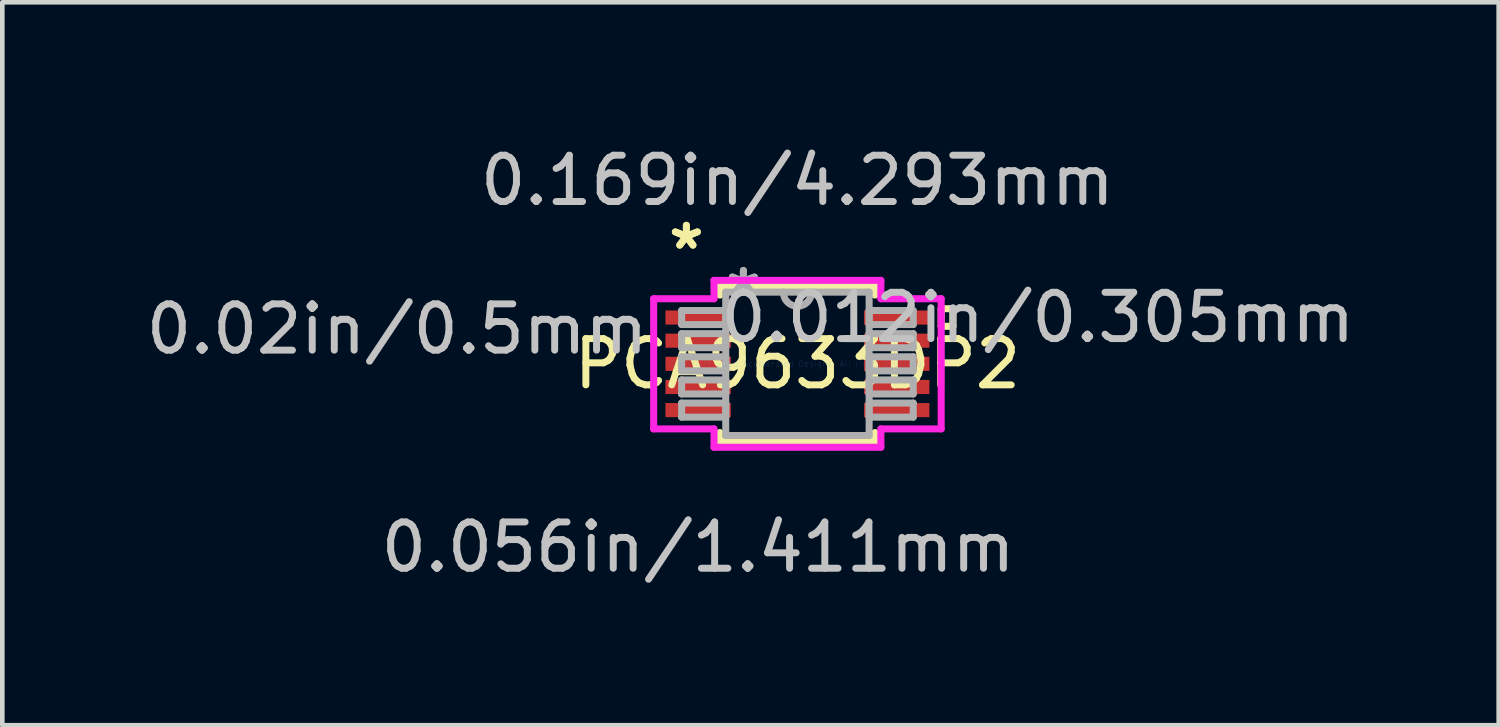
<source format=kicad_pcb>
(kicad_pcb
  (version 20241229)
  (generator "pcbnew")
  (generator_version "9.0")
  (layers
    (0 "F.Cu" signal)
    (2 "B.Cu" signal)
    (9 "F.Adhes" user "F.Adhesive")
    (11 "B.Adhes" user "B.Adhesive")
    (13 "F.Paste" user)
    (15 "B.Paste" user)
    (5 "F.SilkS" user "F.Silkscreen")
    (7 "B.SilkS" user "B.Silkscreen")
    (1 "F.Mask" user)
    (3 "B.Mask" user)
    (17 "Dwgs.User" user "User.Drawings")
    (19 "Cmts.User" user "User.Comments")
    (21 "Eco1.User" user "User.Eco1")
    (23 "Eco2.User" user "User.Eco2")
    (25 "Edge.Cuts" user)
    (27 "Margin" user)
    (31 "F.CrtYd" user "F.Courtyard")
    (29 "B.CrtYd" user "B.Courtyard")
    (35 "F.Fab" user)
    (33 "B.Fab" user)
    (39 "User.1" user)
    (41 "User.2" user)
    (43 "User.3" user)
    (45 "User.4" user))
  (footprint "PCA9633DP2"
    (layer "F.Cu")
    (at 14.18 4.811)
    (property "Reference" "PCA9633DP2" (at 0 0 0) (layer "F.SilkS") (effects (font (size 1 1) (thickness 0.15))))
    (attr through_hole)
    (fp_line (start -1.676 -1.676) (end -1.676 -1.485) (stroke (width 0.152) (type solid)) (layer "F.SilkS"))
    (fp_line (start -1.676 1.485) (end -1.676 1.676) (stroke (width 0.152) (type solid)) (layer "F.SilkS"))
    (fp_line (start -1.676 1.676) (end 1.676 1.676) (stroke (width 0.152) (type solid)) (layer "F.SilkS"))
    (fp_line (start 1.676 -1.676) (end -1.676 -1.676) (stroke (width 0.152) (type solid)) (layer "F.SilkS"))
    (fp_line (start 1.676 -1.485) (end 1.676 -1.676) (stroke (width 0.152) (type solid)) (layer "F.SilkS"))
    (fp_line (start 1.676 1.676) (end 1.676 1.485) (stroke (width 0.152) (type solid)) (layer "F.SilkS"))
    (fp_line (start 3.106 -1.191) (end 3.36 -1.191) (stroke (width 0.152) (type solid)) (layer "F.SilkS"))
    (fp_line (start 3.106 -0.81) (end 3.106 -1.191) (stroke (width 0.152) (type solid)) (layer "F.SilkS"))
    (fp_line (start 3.36 -1.191) (end 3.36 -0.81) (stroke (width 0.152) (type solid)) (layer "F.SilkS"))
    (fp_line (start 3.36 -0.81) (end 3.106 -0.81) (stroke (width 0.152) (type solid)) (layer "F.SilkS"))
    (fp_line (start -3.106 -1.406) (end -1.803 -1.406) (stroke (width 0.152) (type solid)) (layer "F.CrtYd"))
    (fp_line (start -3.106 1.406) (end -3.106 -1.406) (stroke (width 0.152) (type solid)) (layer "F.CrtYd"))
    (fp_line (start -1.803 -1.803) (end 1.803 -1.803) (stroke (width 0.152) (type solid)) (layer "F.CrtYd"))
    (fp_line (start -1.803 -1.406) (end -1.803 -1.803) (stroke (width 0.152) (type solid)) (layer "F.CrtYd"))
    (fp_line (start -1.803 1.406) (end -3.106 1.406) (stroke (width 0.152) (type solid)) (layer "F.CrtYd"))
    (fp_line (start -1.803 1.803) (end -1.803 1.406) (stroke (width 0.152) (type solid)) (layer "F.CrtYd"))
    (fp_line (start 1.803 -1.803) (end 1.803 -1.406) (stroke (width 0.152) (type solid)) (layer "F.CrtYd"))
    (fp_line (start 1.803 -1.406) (end 3.106 -1.406) (stroke (width 0.152) (type solid)) (layer "F.CrtYd"))
    (fp_line (start 1.803 1.406) (end 1.803 1.803) (stroke (width 0.152) (type solid)) (layer "F.CrtYd"))
    (fp_line (start 1.803 1.803) (end -1.803 1.803) (stroke (width 0.152) (type solid)) (layer "F.CrtYd"))
    (fp_line (start 3.106 -1.406) (end 3.106 1.406) (stroke (width 0.152) (type solid)) (layer "F.CrtYd"))
    (fp_line (start 3.106 1.406) (end 1.803 1.406) (stroke (width 0.152) (type solid)) (layer "F.CrtYd"))
    (fp_line (start -2.502 -1.152) (end -2.502 -0.848) (stroke (width 0.152) (type solid)) (layer "F.Fab"))
    (fp_line (start -2.502 -0.848) (end -1.549 -0.848) (stroke (width 0.152) (type solid)) (layer "F.Fab"))
    (fp_line (start -2.502 -0.652) (end -2.502 -0.348) (stroke (width 0.152) (type solid)) (layer "F.Fab"))
    (fp_line (start -2.502 -0.348) (end -1.549 -0.348) (stroke (width 0.152) (type solid)) (layer "F.Fab"))
    (fp_line (start -2.502 -0.152) (end -2.502 0.152) (stroke (width 0.152) (type solid)) (layer "F.Fab"))
    (fp_line (start -2.502 0.152) (end -1.549 0.152) (stroke (width 0.152) (type solid)) (layer "F.Fab"))
    (fp_line (start -2.502 0.348) (end -2.502 0.652) (stroke (width 0.152) (type solid)) (layer "F.Fab"))
    (fp_line (start -2.502 0.652) (end -1.549 0.652) (stroke (width 0.152) (type solid)) (layer "F.Fab"))
    (fp_line (start -2.502 0.848) (end -2.502 1.152) (stroke (width 0.152) (type solid)) (layer "F.Fab"))
    (fp_line (start -2.502 1.152) (end -1.549 1.152) (stroke (width 0.152) (type solid)) (layer "F.Fab"))
    (fp_line (start -1.549 -1.549) (end -1.549 1.549) (stroke (width 0.152) (type solid)) (layer "F.Fab"))
    (fp_line (start -1.549 -1.152) (end -2.502 -1.152) (stroke (width 0.152) (type solid)) (layer "F.Fab"))
    (fp_line (start -1.549 -0.848) (end -1.549 -1.152) (stroke (width 0.152) (type solid)) (layer "F.Fab"))
    (fp_line (start -1.549 -0.652) (end -2.502 -0.652) (stroke (width 0.152) (type solid)) (layer "F.Fab"))
    (fp_line (start -1.549 -0.348) (end -1.549 -0.652) (stroke (width 0.152) (type solid)) (layer "F.Fab"))
    (fp_line (start -1.549 -0.152) (end -2.502 -0.152) (stroke (width 0.152) (type solid)) (layer "F.Fab"))
    (fp_line (start -1.549 0.152) (end -1.549 -0.152) (stroke (width 0.152) (type solid)) (layer "F.Fab"))
    (fp_line (start -1.549 0.348) (end -2.502 0.348) (stroke (width 0.152) (type solid)) (layer "F.Fab"))
    (fp_line (start -1.549 0.652) (end -1.549 0.348) (stroke (width 0.152) (type solid)) (layer "F.Fab"))
    (fp_line (start -1.549 0.848) (end -2.502 0.848) (stroke (width 0.152) (type solid)) (layer "F.Fab"))
    (fp_line (start -1.549 1.152) (end -1.549 0.848) (stroke (width 0.152) (type solid)) (layer "F.Fab"))
    (fp_line (start -1.549 1.549) (end 1.549 1.549) (stroke (width 0.152) (type solid)) (layer "F.Fab"))
    (fp_line (start 1.549 -1.549) (end -1.549 -1.549) (stroke (width 0.152) (type solid)) (layer "F.Fab"))
    (fp_line (start 1.549 -1.152) (end 1.549 -0.848) (stroke (width 0.152) (type solid)) (layer "F.Fab"))
    (fp_line (start 1.549 -0.848) (end 2.502 -0.848) (stroke (width 0.152) (type solid)) (layer "F.Fab"))
    (fp_line (start 1.549 -0.652) (end 1.549 -0.348) (stroke (width 0.152) (type solid)) (layer "F.Fab"))
    (fp_line (start 1.549 -0.348) (end 2.502 -0.348) (stroke (width 0.152) (type solid)) (layer "F.Fab"))
    (fp_line (start 1.549 -0.152) (end 1.549 0.152) (stroke (width 0.152) (type solid)) (layer "F.Fab"))
    (fp_line (start 1.549 0.152) (end 2.502 0.152) (stroke (width 0.152) (type solid)) (layer "F.Fab"))
    (fp_line (start 1.549 0.348) (end 1.549 0.652) (stroke (width 0.152) (type solid)) (layer "F.Fab"))
    (fp_line (start 1.549 0.652) (end 2.502 0.652) (stroke (width 0.152) (type solid)) (layer "F.Fab"))
    (fp_line (start 1.549 0.848) (end 1.549 1.152) (stroke (width 0.152) (type solid)) (layer "F.Fab"))
    (fp_line (start 1.549 1.152) (end 2.502 1.152) (stroke (width 0.152) (type solid)) (layer "F.Fab"))
    (fp_line (start 1.549 1.549) (end 1.549 -1.549) (stroke (width 0.152) (type solid)) (layer "F.Fab"))
    (fp_line (start 2.502 -1.152) (end 1.549 -1.152) (stroke (width 0.152) (type solid)) (layer "F.Fab"))
    (fp_line (start 2.502 -0.848) (end 2.502 -1.152) (stroke (width 0.152) (type solid)) (layer "F.Fab"))
    (fp_line (start 2.502 -0.652) (end 1.549 -0.652) (stroke (width 0.152) (type solid)) (layer "F.Fab"))
    (fp_line (start 2.502 -0.348) (end 2.502 -0.652) (stroke (width 0.152) (type solid)) (layer "F.Fab"))
    (fp_line (start 2.502 -0.152) (end 1.549 -0.152) (stroke (width 0.152) (type solid)) (layer "F.Fab"))
    (fp_line (start 2.502 0.152) (end 2.502 -0.152) (stroke (width 0.152) (type solid)) (layer "F.Fab"))
    (fp_line (start 2.502 0.348) (end 1.549 0.348) (stroke (width 0.152) (type solid)) (layer "F.Fab"))
    (fp_line (start 2.502 0.652) (end 2.502 0.348) (stroke (width 0.152) (type solid)) (layer "F.Fab"))
    (fp_line (start 2.502 0.848) (end 1.549 0.848) (stroke (width 0.152) (type solid)) (layer "F.Fab"))
    (fp_line (start 2.502 1.152) (end 2.502 0.848) (stroke (width 0.152) (type solid)) (layer "F.Fab"))
    (fp_arc (start 0.3048 -1.5494) (mid 0 -1.2446) (end -0.3048 -1.5494) (stroke (width 0.1524) (type solid)) (layer "F.Fab"))
    (fp_text user "*" (at -2.4 -2.448 0) (layer "F.SilkS") (effects (font (size 1 1) (thickness 0.15))))
    (fp_text user "*" (at -2.4 -2.448 0) (layer "F.SilkS") (effects (font (size 1 1) (thickness 0.15))))
    (fp_text user "0.02in/0.5mm" (at -8.65 -0.75 0) (layer "Dwgs.User") (effects (font (size 1 1) (thickness 0.15))))
    (fp_text user "0.012in/0.305mm" (at 5.194 -1 0) (layer "Dwgs.User") (effects (font (size 1 1) (thickness 0.15))))
    (fp_text user "0.169in/4.293mm" (at 0 -3.962 0) (layer "Dwgs.User") (effects (font (size 1 1) (thickness 0.15))))
    (fp_text user "0.056in/1.411mm" (at -2.146 3.962 0) (layer "Dwgs.User") (effects (font (size 1 1) (thickness 0.15))))
    (fp_text user "Copyright 2016 Accelerated Designs. All rights reserved." (at 0 0 0) (layer "Cmts.User") (effects (font (size 0.127 0.127) (thickness 0.002))))
    (fp_text user "*" (at -1.168 -1.473 0) (layer "F.Fab") (effects (font (size 1 1) (thickness 0.15))))
    (fp_text user "*" (at -1.168 -1.473 0) (layer "F.Fab") (effects (font (size 1 1) (thickness 0.15))))
    (pad "1" smd rect (at -2.146 -1) (size 1.411 0.305) (layers "F.Cu" "F.Mask" "F.Paste"))
    (pad "2" smd rect (at -2.146 -0.5) (size 1.411 0.305) (layers "F.Cu" "F.Mask" "F.Paste"))
    (pad "3" smd rect (at -2.146 0) (size 1.411 0.305) (layers "F.Cu" "F.Mask" "F.Paste"))
    (pad "4" smd rect (at -2.146 0.5) (size 1.411 0.305) (layers "F.Cu" "F.Mask" "F.Paste"))
    (pad "5" smd rect (at -2.146 1) (size 1.411 0.305) (layers "F.Cu" "F.Mask" "F.Paste"))
    (pad "6" smd rect (at 2.146 1) (size 1.411 0.305) (layers "F.Cu" "F.Mask" "F.Paste"))
    (pad "7" smd rect (at 2.146 0.5) (size 1.411 0.305) (layers "F.Cu" "F.Mask" "F.Paste"))
    (pad "8" smd rect (at 2.146 0) (size 1.411 0.305) (layers "F.Cu" "F.Mask" "F.Paste"))
    (pad "9" smd rect (at 2.146 -0.5) (size 1.411 0.305) (layers "F.Cu" "F.Mask" "F.Paste"))
    (pad "10" smd rect (at 2.146 -1) (size 1.411 0.305) (layers "F.Cu" "F.Mask" "F.Paste")))
  (gr_rect
    (start -3 -3)
    (end 29.332 12.621)
    (stroke (width 0.1) (type default))
    (fill no)
    (layer "Edge.Cuts")))
</source>
